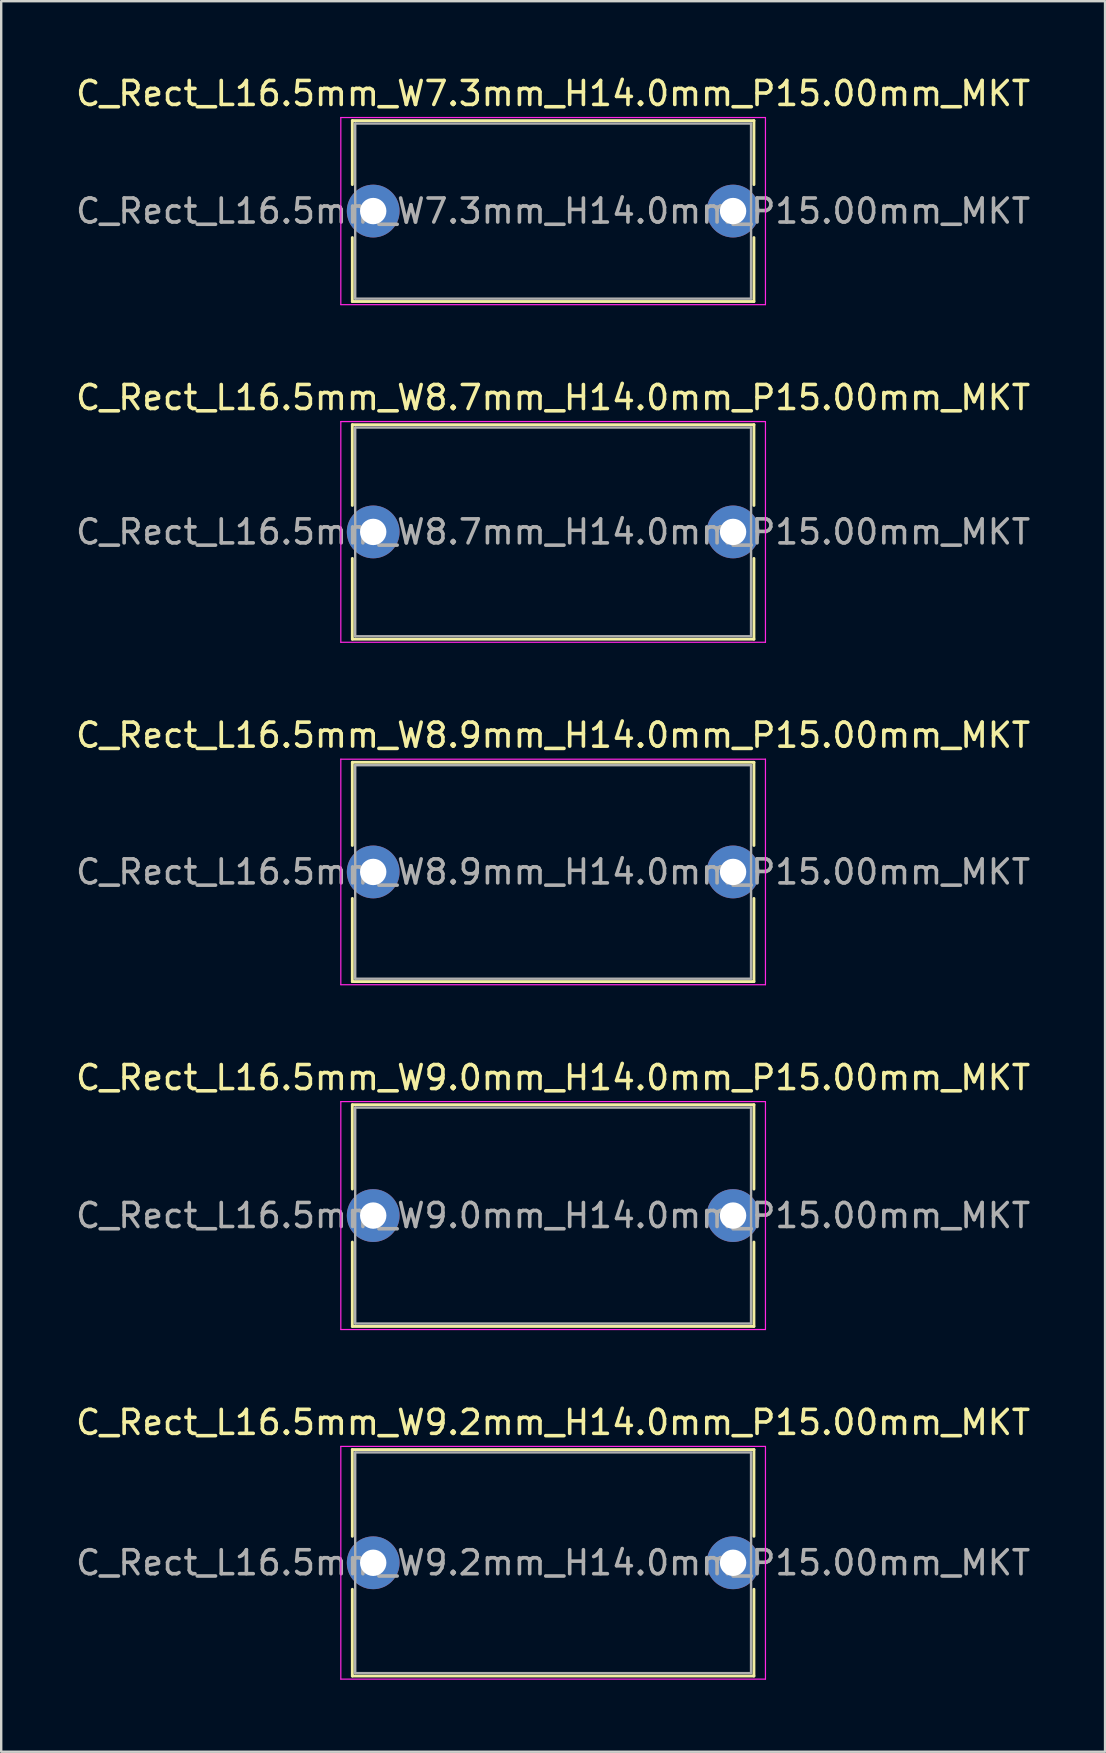
<source format=kicad_pcb>
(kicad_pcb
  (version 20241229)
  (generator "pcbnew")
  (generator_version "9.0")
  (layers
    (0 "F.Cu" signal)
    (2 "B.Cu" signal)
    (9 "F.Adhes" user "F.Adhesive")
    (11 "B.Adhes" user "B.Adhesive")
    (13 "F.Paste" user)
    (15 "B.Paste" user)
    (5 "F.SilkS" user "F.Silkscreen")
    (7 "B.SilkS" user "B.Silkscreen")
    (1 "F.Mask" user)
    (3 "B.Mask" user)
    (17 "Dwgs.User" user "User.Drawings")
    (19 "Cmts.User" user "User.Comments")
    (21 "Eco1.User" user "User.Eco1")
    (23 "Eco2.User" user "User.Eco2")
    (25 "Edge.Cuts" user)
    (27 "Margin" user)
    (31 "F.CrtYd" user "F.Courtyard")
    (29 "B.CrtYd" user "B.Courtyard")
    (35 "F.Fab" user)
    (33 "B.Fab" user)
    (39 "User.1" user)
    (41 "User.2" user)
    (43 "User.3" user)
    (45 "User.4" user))
  (footprint "C_Rect_L16.5mm_W7.3mm_H14.0mm_P15.00mm_MKT"
    (layer "F.Cu")
    (at 12.506 5.748)
    (property "Reference" "C_Rect_L16.5mm_W7.3mm_H14.0mm_P15.00mm_MKT" (at 7.5 -4.9 0) (layer "F.SilkS") (effects (font (size 1 1) (thickness 0.15))))
    (attr through_hole)
    (fp_line (start -0.87 -3.77) (end -0.87 -1.104) (stroke (width 0.12) (type solid)) (layer "F.SilkS"))
    (fp_line (start -0.87 -3.77) (end 15.87 -3.77) (stroke (width 0.12) (type solid)) (layer "F.SilkS"))
    (fp_line (start -0.87 1.104) (end -0.87 3.77) (stroke (width 0.12) (type solid)) (layer "F.SilkS"))
    (fp_line (start -0.87 3.77) (end 15.87 3.77) (stroke (width 0.12) (type solid)) (layer "F.SilkS"))
    (fp_line (start 15.87 -3.77) (end 15.87 -1.104) (stroke (width 0.12) (type solid)) (layer "F.SilkS"))
    (fp_line (start 15.87 1.104) (end 15.87 3.77) (stroke (width 0.12) (type solid)) (layer "F.SilkS"))
    (fp_line (start -1.35 -3.9) (end -1.35 3.9) (stroke (width 0.05) (type solid)) (layer "F.CrtYd"))
    (fp_line (start -1.35 3.9) (end 16.35 3.9) (stroke (width 0.05) (type solid)) (layer "F.CrtYd"))
    (fp_line (start 16.35 -3.9) (end -1.35 -3.9) (stroke (width 0.05) (type solid)) (layer "F.CrtYd"))
    (fp_line (start 16.35 3.9) (end 16.35 -3.9) (stroke (width 0.05) (type solid)) (layer "F.CrtYd"))
    (fp_line (start -0.75 -3.65) (end -0.75 3.65) (stroke (width 0.1) (type solid)) (layer "F.Fab"))
    (fp_line (start -0.75 3.65) (end 15.75 3.65) (stroke (width 0.1) (type solid)) (layer "F.Fab"))
    (fp_line (start 15.75 -3.65) (end -0.75 -3.65) (stroke (width 0.1) (type solid)) (layer "F.Fab"))
    (fp_line (start 15.75 3.65) (end 15.75 -3.65) (stroke (width 0.1) (type solid)) (layer "F.Fab"))
    (fp_text user "${REFERENCE}" (at 7.5 0 0) (layer "F.Fab") (effects (font (size 1 1) (thickness 0.15))))
    (pad "1" thru_hole circle (at 0 0) (size 2.2 2.2) (drill 1.1) (layers "*.Cu" "*.Mask"))
    (pad "2" thru_hole circle (at 15 0) (size 2.2 2.2) (drill 1.1) (layers "*.Cu" "*.Mask")))
  (footprint "C_Rect_L16.5mm_W8.7mm_H14.0mm_P15.00mm_MKT"
    (layer "F.Cu")
    (at 12.506 19.122)
    (property "Reference" "C_Rect_L16.5mm_W8.7mm_H14.0mm_P15.00mm_MKT" (at 7.5 -5.6 0) (layer "F.SilkS") (effects (font (size 1 1) (thickness 0.15))))
    (attr through_hole)
    (fp_line (start -0.87 -4.47) (end -0.87 -1.104) (stroke (width 0.12) (type solid)) (layer "F.SilkS"))
    (fp_line (start -0.87 -4.47) (end 15.87 -4.47) (stroke (width 0.12) (type solid)) (layer "F.SilkS"))
    (fp_line (start -0.87 1.104) (end -0.87 4.47) (stroke (width 0.12) (type solid)) (layer "F.SilkS"))
    (fp_line (start -0.87 4.47) (end 15.87 4.47) (stroke (width 0.12) (type solid)) (layer "F.SilkS"))
    (fp_line (start 15.87 -4.47) (end 15.87 -1.104) (stroke (width 0.12) (type solid)) (layer "F.SilkS"))
    (fp_line (start 15.87 1.104) (end 15.87 4.47) (stroke (width 0.12) (type solid)) (layer "F.SilkS"))
    (fp_line (start -1.35 -4.6) (end -1.35 4.6) (stroke (width 0.05) (type solid)) (layer "F.CrtYd"))
    (fp_line (start -1.35 4.6) (end 16.35 4.6) (stroke (width 0.05) (type solid)) (layer "F.CrtYd"))
    (fp_line (start 16.35 -4.6) (end -1.35 -4.6) (stroke (width 0.05) (type solid)) (layer "F.CrtYd"))
    (fp_line (start 16.35 4.6) (end 16.35 -4.6) (stroke (width 0.05) (type solid)) (layer "F.CrtYd"))
    (fp_line (start -0.75 -4.35) (end -0.75 4.35) (stroke (width 0.1) (type solid)) (layer "F.Fab"))
    (fp_line (start -0.75 4.35) (end 15.75 4.35) (stroke (width 0.1) (type solid)) (layer "F.Fab"))
    (fp_line (start 15.75 -4.35) (end -0.75 -4.35) (stroke (width 0.1) (type solid)) (layer "F.Fab"))
    (fp_line (start 15.75 4.35) (end 15.75 -4.35) (stroke (width 0.1) (type solid)) (layer "F.Fab"))
    (fp_text user "${REFERENCE}" (at 7.5 0 0) (layer "F.Fab") (effects (font (size 1 1) (thickness 0.15))))
    (pad "1" thru_hole circle (at 0 0) (size 2.2 2.2) (drill 1.1) (layers "*.Cu" "*.Mask"))
    (pad "2" thru_hole circle (at 15 0) (size 2.2 2.2) (drill 1.1) (layers "*.Cu" "*.Mask")))
  (footprint "C_Rect_L16.5mm_W8.9mm_H14.0mm_P15.00mm_MKT"
    (layer "F.Cu")
    (at 12.506 33.295)
    (property "Reference" "C_Rect_L16.5mm_W8.9mm_H14.0mm_P15.00mm_MKT" (at 7.5 -5.7 0) (layer "F.SilkS") (effects (font (size 1 1) (thickness 0.15))))
    (attr through_hole)
    (fp_line (start -0.87 -4.57) (end -0.87 -1.104) (stroke (width 0.12) (type solid)) (layer "F.SilkS"))
    (fp_line (start -0.87 -4.57) (end 15.87 -4.57) (stroke (width 0.12) (type solid)) (layer "F.SilkS"))
    (fp_line (start -0.87 1.104) (end -0.87 4.57) (stroke (width 0.12) (type solid)) (layer "F.SilkS"))
    (fp_line (start -0.87 4.57) (end 15.87 4.57) (stroke (width 0.12) (type solid)) (layer "F.SilkS"))
    (fp_line (start 15.87 -4.57) (end 15.87 -1.104) (stroke (width 0.12) (type solid)) (layer "F.SilkS"))
    (fp_line (start 15.87 1.104) (end 15.87 4.57) (stroke (width 0.12) (type solid)) (layer "F.SilkS"))
    (fp_line (start -1.35 -4.7) (end -1.35 4.7) (stroke (width 0.05) (type solid)) (layer "F.CrtYd"))
    (fp_line (start -1.35 4.7) (end 16.35 4.7) (stroke (width 0.05) (type solid)) (layer "F.CrtYd"))
    (fp_line (start 16.35 -4.7) (end -1.35 -4.7) (stroke (width 0.05) (type solid)) (layer "F.CrtYd"))
    (fp_line (start 16.35 4.7) (end 16.35 -4.7) (stroke (width 0.05) (type solid)) (layer "F.CrtYd"))
    (fp_line (start -0.75 -4.45) (end -0.75 4.45) (stroke (width 0.1) (type solid)) (layer "F.Fab"))
    (fp_line (start -0.75 4.45) (end 15.75 4.45) (stroke (width 0.1) (type solid)) (layer "F.Fab"))
    (fp_line (start 15.75 -4.45) (end -0.75 -4.45) (stroke (width 0.1) (type solid)) (layer "F.Fab"))
    (fp_line (start 15.75 4.45) (end 15.75 -4.45) (stroke (width 0.1) (type solid)) (layer "F.Fab"))
    (fp_text user "${REFERENCE}" (at 7.5 0 0) (layer "F.Fab") (effects (font (size 1 1) (thickness 0.15))))
    (pad "1" thru_hole circle (at 0 0) (size 2.2 2.2) (drill 1.1) (layers "*.Cu" "*.Mask"))
    (pad "2" thru_hole circle (at 15 0) (size 2.2 2.2) (drill 1.1) (layers "*.Cu" "*.Mask")))
  (footprint "C_Rect_L16.5mm_W9.0mm_H14.0mm_P15.00mm_MKT"
    (layer "F.Cu")
    (at 12.506 47.618)
    (property "Reference" "C_Rect_L16.5mm_W9.0mm_H14.0mm_P15.00mm_MKT" (at 7.5 -5.75 0) (layer "F.SilkS") (effects (font (size 1 1) (thickness 0.15))))
    (attr through_hole)
    (fp_line (start -0.87 -4.62) (end -0.87 -1.104) (stroke (width 0.12) (type solid)) (layer "F.SilkS"))
    (fp_line (start -0.87 -4.62) (end 15.87 -4.62) (stroke (width 0.12) (type solid)) (layer "F.SilkS"))
    (fp_line (start -0.87 1.104) (end -0.87 4.62) (stroke (width 0.12) (type solid)) (layer "F.SilkS"))
    (fp_line (start -0.87 4.62) (end 15.87 4.62) (stroke (width 0.12) (type solid)) (layer "F.SilkS"))
    (fp_line (start 15.87 -4.62) (end 15.87 -1.104) (stroke (width 0.12) (type solid)) (layer "F.SilkS"))
    (fp_line (start 15.87 1.104) (end 15.87 4.62) (stroke (width 0.12) (type solid)) (layer "F.SilkS"))
    (fp_line (start -1.35 -4.75) (end -1.35 4.75) (stroke (width 0.05) (type solid)) (layer "F.CrtYd"))
    (fp_line (start -1.35 4.75) (end 16.35 4.75) (stroke (width 0.05) (type solid)) (layer "F.CrtYd"))
    (fp_line (start 16.35 -4.75) (end -1.35 -4.75) (stroke (width 0.05) (type solid)) (layer "F.CrtYd"))
    (fp_line (start 16.35 4.75) (end 16.35 -4.75) (stroke (width 0.05) (type solid)) (layer "F.CrtYd"))
    (fp_line (start -0.75 -4.5) (end -0.75 4.5) (stroke (width 0.1) (type solid)) (layer "F.Fab"))
    (fp_line (start -0.75 4.5) (end 15.75 4.5) (stroke (width 0.1) (type solid)) (layer "F.Fab"))
    (fp_line (start 15.75 -4.5) (end -0.75 -4.5) (stroke (width 0.1) (type solid)) (layer "F.Fab"))
    (fp_line (start 15.75 4.5) (end 15.75 -4.5) (stroke (width 0.1) (type solid)) (layer "F.Fab"))
    (fp_text user "${REFERENCE}" (at 7.5 0 0) (layer "F.Fab") (effects (font (size 1 1) (thickness 0.15))))
    (pad "1" thru_hole circle (at 0 0) (size 2.2 2.2) (drill 1.1) (layers "*.Cu" "*.Mask"))
    (pad "2" thru_hole circle (at 15 0) (size 2.2 2.2) (drill 1.1) (layers "*.Cu" "*.Mask")))
  (footprint "C_Rect_L16.5mm_W9.2mm_H14.0mm_P15.00mm_MKT"
    (layer "F.Cu")
    (at 12.506 62.091)
    (property "Reference" "C_Rect_L16.5mm_W9.2mm_H14.0mm_P15.00mm_MKT" (at 7.5 -5.85 0) (layer "F.SilkS") (effects (font (size 1 1) (thickness 0.15))))
    (attr through_hole)
    (fp_line (start -0.87 -4.72) (end -0.87 -1.104) (stroke (width 0.12) (type solid)) (layer "F.SilkS"))
    (fp_line (start -0.87 -4.72) (end 15.87 -4.72) (stroke (width 0.12) (type solid)) (layer "F.SilkS"))
    (fp_line (start -0.87 1.104) (end -0.87 4.72) (stroke (width 0.12) (type solid)) (layer "F.SilkS"))
    (fp_line (start -0.87 4.72) (end 15.87 4.72) (stroke (width 0.12) (type solid)) (layer "F.SilkS"))
    (fp_line (start 15.87 -4.72) (end 15.87 -1.104) (stroke (width 0.12) (type solid)) (layer "F.SilkS"))
    (fp_line (start 15.87 1.104) (end 15.87 4.72) (stroke (width 0.12) (type solid)) (layer "F.SilkS"))
    (fp_line (start -1.35 -4.85) (end -1.35 4.85) (stroke (width 0.05) (type solid)) (layer "F.CrtYd"))
    (fp_line (start -1.35 4.85) (end 16.35 4.85) (stroke (width 0.05) (type solid)) (layer "F.CrtYd"))
    (fp_line (start 16.35 -4.85) (end -1.35 -4.85) (stroke (width 0.05) (type solid)) (layer "F.CrtYd"))
    (fp_line (start 16.35 4.85) (end 16.35 -4.85) (stroke (width 0.05) (type solid)) (layer "F.CrtYd"))
    (fp_line (start -0.75 -4.6) (end -0.75 4.6) (stroke (width 0.1) (type solid)) (layer "F.Fab"))
    (fp_line (start -0.75 4.6) (end 15.75 4.6) (stroke (width 0.1) (type solid)) (layer "F.Fab"))
    (fp_line (start 15.75 -4.6) (end -0.75 -4.6) (stroke (width 0.1) (type solid)) (layer "F.Fab"))
    (fp_line (start 15.75 4.6) (end 15.75 -4.6) (stroke (width 0.1) (type solid)) (layer "F.Fab"))
    (fp_text user "${REFERENCE}" (at 7.5 0 0) (layer "F.Fab") (effects (font (size 1 1) (thickness 0.15))))
    (pad "1" thru_hole circle (at 0 0) (size 2.2 2.2) (drill 1.1) (layers "*.Cu" "*.Mask"))
    (pad "2" thru_hole circle (at 15 0) (size 2.2 2.2) (drill 1.1) (layers "*.Cu" "*.Mask")))
  (gr_rect
    (start -3 -3)
    (end 43.012 69.966)
    (stroke (width 0.1) (type default))
    (fill no)
    (layer "Edge.Cuts")))
</source>
